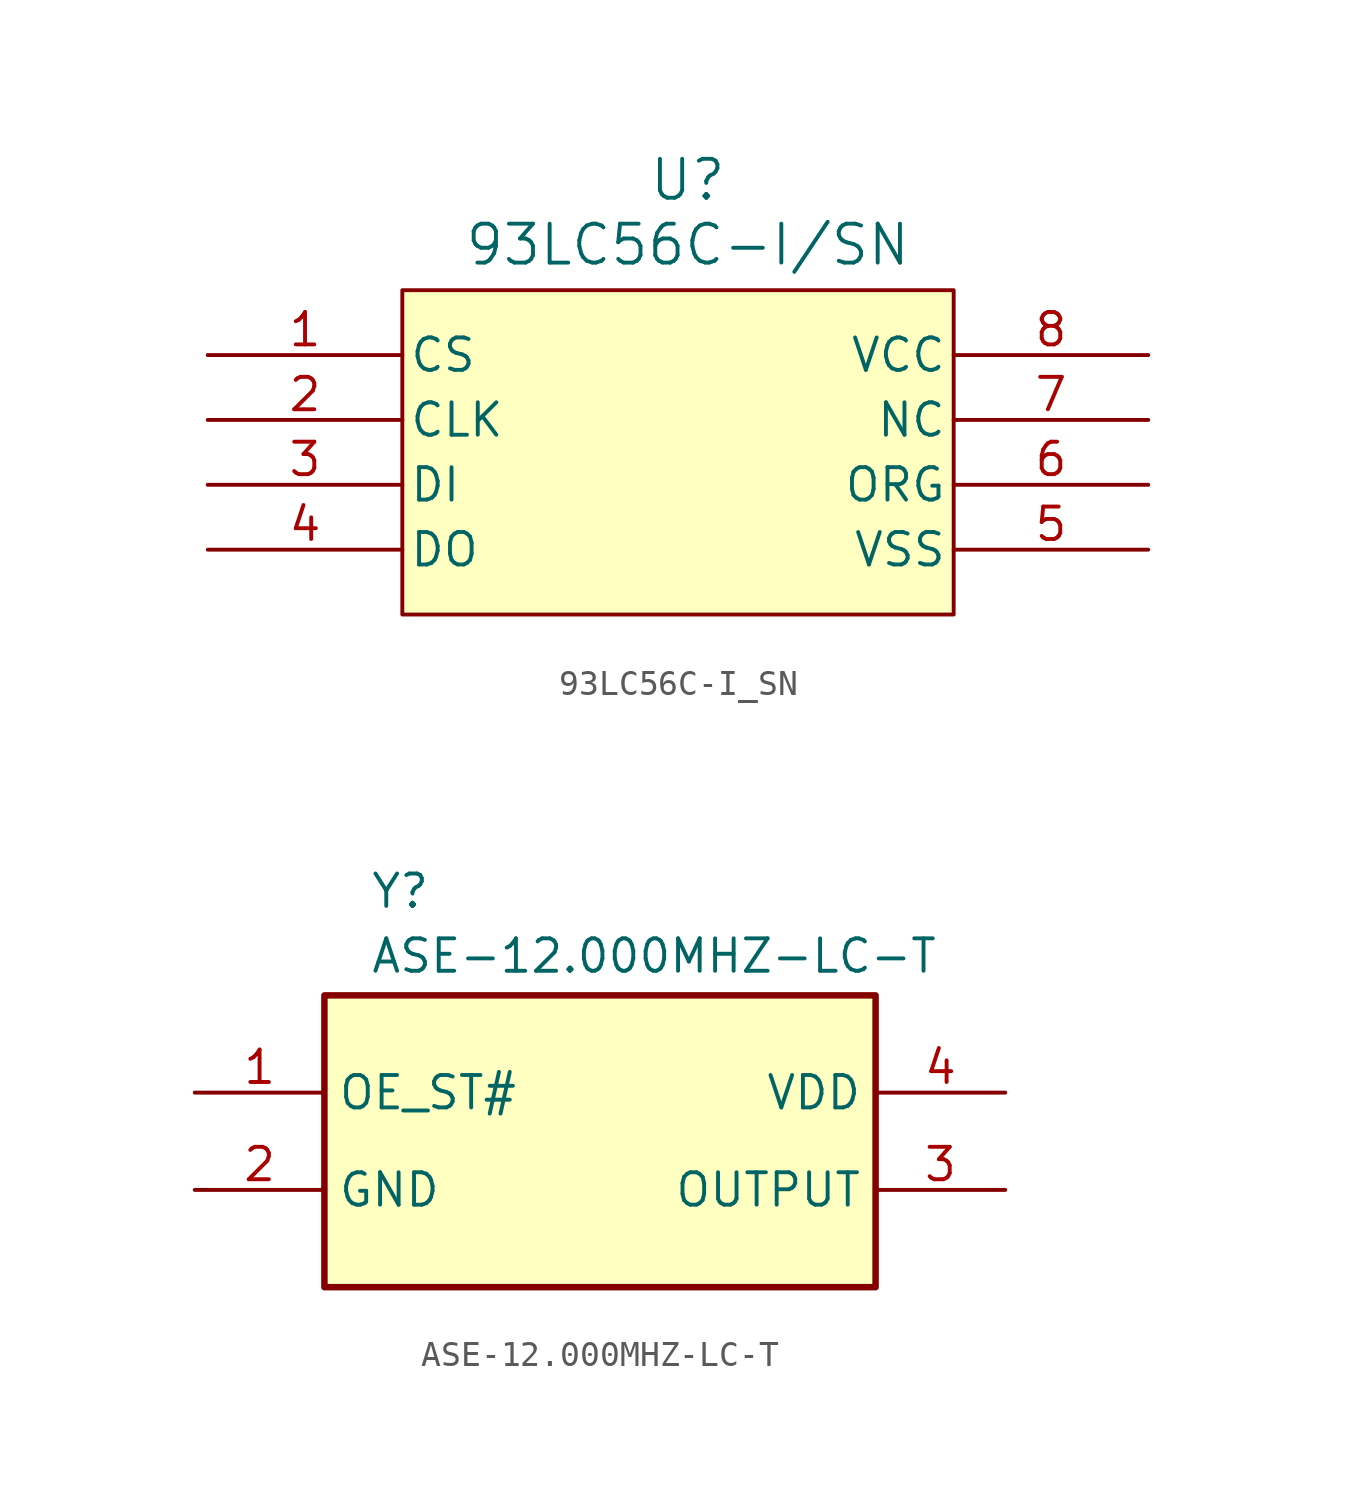
<source format=kicad_sym>
(kicad_symbol_lib
  (version 20241209)
  (generator "kicad_symbol_editor")
  (generator_version "9.0")
  (symbol "93LC56C-I_SN"
    (pin_names
      (offset 0.254))
    (property "Reference" "U"
      (at 1.016 4.318 0)
      (effects (font (size 1.524 1.524))))
    (property "Value" "93LC56C-I/SN"
      (at 1.016 1.778 0)
      (effects (font (size 1.524 1.524))))
    (symbol "93LC56C-I_SN_0_1"
      (pin passive line (at -17.78 -2.54 0) (length 7.62) (name "CS" (effects (font (size 1.27 1.27)))) (number "1" (effects (font (size 1.27 1.27)))))
      (pin passive line (at -17.78 -5.08 0) (length 7.62) (name "CLK" (effects (font (size 1.27 1.27)))) (number "2" (effects (font (size 1.27 1.27)))))
      (pin passive line (at -17.78 -7.62 0) (length 7.62) (name "DI" (effects (font (size 1.27 1.27)))) (number "3" (effects (font (size 1.27 1.27)))))
      (pin passive line (at -17.78 -10.16 0) (length 7.62) (name "DO" (effects (font (size 1.27 1.27)))) (number "4" (effects (font (size 1.27 1.27)))))
      (pin passive line (at 19.05 -2.54 180) (length 7.62) (name "VCC" (effects (font (size 1.27 1.27)))) (number "8" (effects (font (size 1.27 1.27)))))
      (pin passive line (at 19.05 -5.08 180) (length 7.62) (name "NC" (effects (font (size 1.27 1.27)))) (number "7" (effects (font (size 1.27 1.27)))))
      (pin passive line (at 19.05 -7.62 180) (length 7.62) (name "ORG" (effects (font (size 1.27 1.27)))) (number "6" (effects (font (size 1.27 1.27)))))
      (pin passive line (at 19.05 -10.16 180) (length 7.62) (name "VSS" (effects (font (size 1.27 1.27)))) (number "5" (effects (font (size 1.27 1.27))))))
    (symbol "93LC56C-I_SN_1_1"
      (rectangle (start -10.16 0) (end 11.43 -12.7) (stroke (width 0) (type solid)) (fill (type background)))))
  (symbol "ASE-12.000MHZ-LC-T"
    (property "Reference" "Y"
      (at 6.858 7.366 0)
      (effects (font (size 1.27 1.27)) (justify left top)))
    (property "Value" "ASE-12.000MHZ-LC-T"
      (at 6.858 4.826 0)
      (effects (font (size 1.27 1.27)) (justify left top)))
    (symbol "ASE-12.000MHZ-LC-T_1_1"
      (rectangle (start 5.08 2.54) (end 26.67 -8.89) (stroke (width 0.254) (type default)) (fill (type background)))
      (pin passive line (at 0 -1.27 0) (length 5.08) (name "OE_ST#" (effects (font (size 1.27 1.27)))) (number "1" (effects (font (size 1.27 1.27)))))
      (pin passive line (at 0 -5.08 0) (length 5.08) (name "GND" (effects (font (size 1.27 1.27)))) (number "2" (effects (font (size 1.27 1.27)))))
      (pin passive line (at 31.75 -1.27 180) (length 5.08) (name "VDD" (effects (font (size 1.27 1.27)))) (number "4" (effects (font (size 1.27 1.27)))))
      (pin passive line (at 31.75 -5.08 180) (length 5.08) (name "OUTPUT" (effects (font (size 1.27 1.27)))) (number "3" (effects (font (size 1.27 1.27))))))))
</source>
